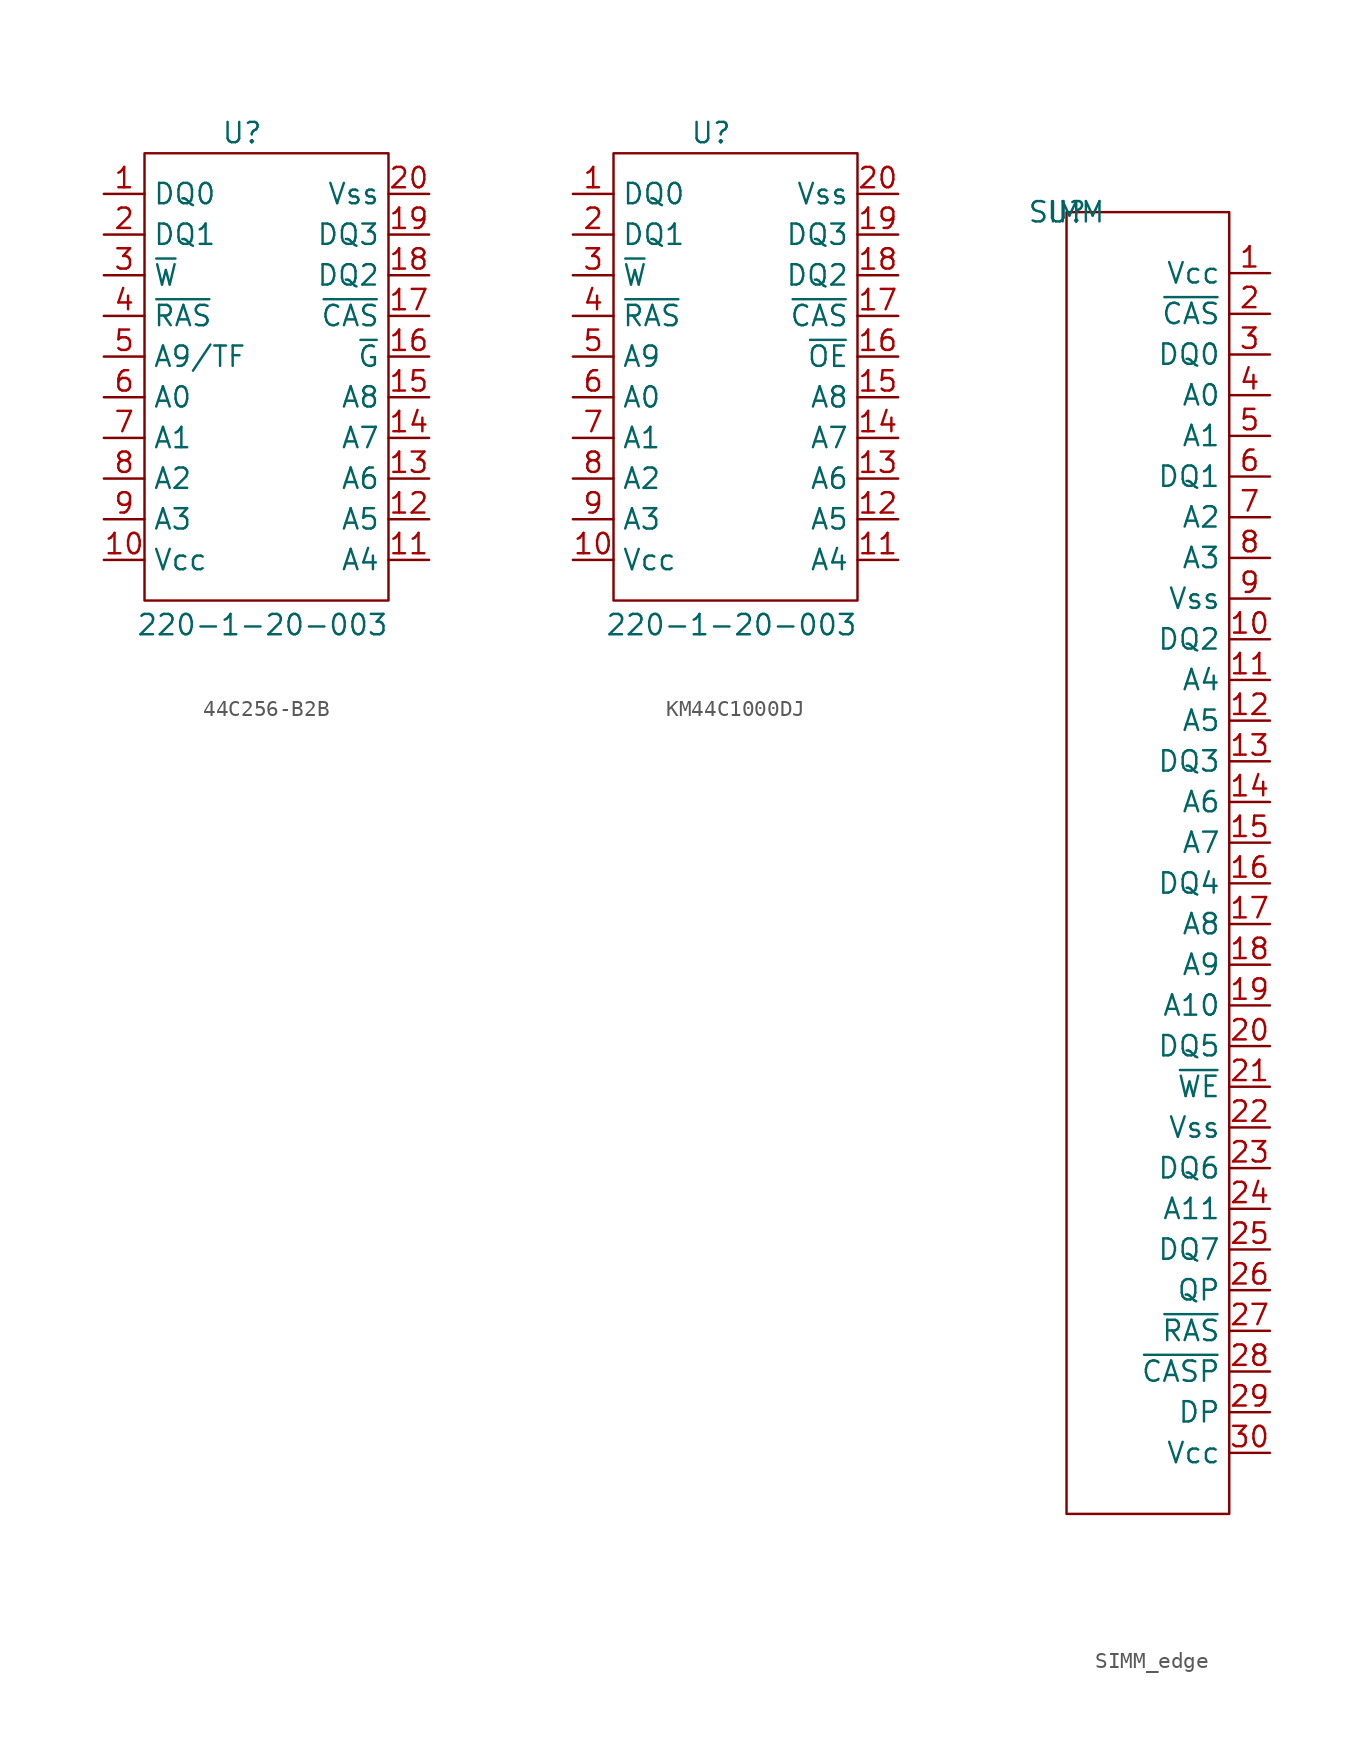
<source format=kicad_sym>
(kicad_symbol_lib
  (version 20231120)
  (generator "kicad_symbol_editor")
  (generator_version "8.0")
  (symbol "44C256-B2B"
    (property "Reference" "U"
      (at 6.096 1.27 0)
      (effects (font (size 1.27 1.27))))
    (property "Value" "220-1-20-003"
      (at 7.366 -29.464 0)
      (effects (font (size 1.27 1.27))))
    (symbol "44C256-B2B_0_1"
      (rectangle (start 0 0) (end 15.24 -27.94) (stroke (width 0) (type default)) (fill (type none))))
    (symbol "44C256-B2B_1_1"
      (pin tri_state line (at -2.54 -2.54 0) (length 2.54) (name "DQ0" (effects (font (size 1.27 1.27)))) (number "1" (effects (font (size 1.27 1.27)))))
      (pin power_in line (at -2.54 -25.4 0) (length 2.54) (name "Vcc" (effects (font (size 1.27 1.27)))) (number "10" (effects (font (size 1.27 1.27)))))
      (pin input line (at 17.78 -25.4 180) (length 2.54) (name "A4" (effects (font (size 1.27 1.27)))) (number "11" (effects (font (size 1.27 1.27)))))
      (pin input line (at 17.78 -22.86 180) (length 2.54) (name "A5" (effects (font (size 1.27 1.27)))) (number "12" (effects (font (size 1.27 1.27)))))
      (pin input line (at 17.78 -20.32 180) (length 2.54) (name "A6" (effects (font (size 1.27 1.27)))) (number "13" (effects (font (size 1.27 1.27)))))
      (pin input line (at 17.78 -17.78 180) (length 2.54) (name "A7" (effects (font (size 1.27 1.27)))) (number "14" (effects (font (size 1.27 1.27)))))
      (pin input line (at 17.78 -15.24 180) (length 2.54) (name "A8" (effects (font (size 1.27 1.27)))) (number "15" (effects (font (size 1.27 1.27)))))
      (pin input line (at 17.78 -12.7 180) (length 2.54) (name "~{G}" (effects (font (size 1.27 1.27)))) (number "16" (effects (font (size 1.27 1.27)))))
      (pin input line (at 17.78 -10.16 180) (length 2.54) (name "~{CAS}" (effects (font (size 1.27 1.27)))) (number "17" (effects (font (size 1.27 1.27)))))
      (pin tri_state line (at 17.78 -7.62 180) (length 2.54) (name "DQ2" (effects (font (size 1.27 1.27)))) (number "18" (effects (font (size 1.27 1.27)))))
      (pin tri_state line (at 17.78 -5.08 180) (length 2.54) (name "DQ3" (effects (font (size 1.27 1.27)))) (number "19" (effects (font (size 1.27 1.27)))))
      (pin tri_state line (at -2.54 -5.08 0) (length 2.54) (name "DQ1" (effects (font (size 1.27 1.27)))) (number "2" (effects (font (size 1.27 1.27)))))
      (pin power_in line (at 17.78 -2.54 180) (length 2.54) (name "Vss" (effects (font (size 1.27 1.27)))) (number "20" (effects (font (size 1.27 1.27)))))
      (pin input line (at -2.54 -7.62 0) (length 2.54) (name "~{W}" (effects (font (size 1.27 1.27)))) (number "3" (effects (font (size 1.27 1.27)))))
      (pin input line (at -2.54 -10.16 0) (length 2.54) (name "~{RAS}" (effects (font (size 1.27 1.27)))) (number "4" (effects (font (size 1.27 1.27)))))
      (pin input line (at -2.54 -12.7 0) (length 2.54) (name "A9/TF" (effects (font (size 1.27 1.27)))) (number "5" (effects (font (size 1.27 1.27)))))
      (pin input line (at -2.54 -15.24 0) (length 2.54) (name "A0" (effects (font (size 1.27 1.27)))) (number "6" (effects (font (size 1.27 1.27)))))
      (pin input line (at -2.54 -17.78 0) (length 2.54) (name "A1" (effects (font (size 1.27 1.27)))) (number "7" (effects (font (size 1.27 1.27)))))
      (pin input line (at -2.54 -20.32 0) (length 2.54) (name "A2" (effects (font (size 1.27 1.27)))) (number "8" (effects (font (size 1.27 1.27)))))
      (pin input line (at -2.54 -22.86 0) (length 2.54) (name "A3" (effects (font (size 1.27 1.27)))) (number "9" (effects (font (size 1.27 1.27)))))))
  (symbol "KM44C1000DJ"
    (property "Reference" "U"
      (at 6.096 1.27 0)
      (effects (font (size 1.27 1.27))))
    (property "Value" "220-1-20-003"
      (at 7.366 -29.464 0)
      (effects (font (size 1.27 1.27))))
    (symbol "KM44C1000DJ_0_1"
      (rectangle (start 0 0) (end 15.24 -27.94) (stroke (width 0) (type default)) (fill (type none))))
    (symbol "KM44C1000DJ_1_1"
      (pin tri_state line (at -2.54 -2.54 0) (length 2.54) (name "DQ0" (effects (font (size 1.27 1.27)))) (number "1" (effects (font (size 1.27 1.27)))))
      (pin power_in line (at -2.54 -25.4 0) (length 2.54) (name "Vcc" (effects (font (size 1.27 1.27)))) (number "10" (effects (font (size 1.27 1.27)))))
      (pin input line (at 17.78 -25.4 180) (length 2.54) (name "A4" (effects (font (size 1.27 1.27)))) (number "11" (effects (font (size 1.27 1.27)))))
      (pin input line (at 17.78 -22.86 180) (length 2.54) (name "A5" (effects (font (size 1.27 1.27)))) (number "12" (effects (font (size 1.27 1.27)))))
      (pin input line (at 17.78 -20.32 180) (length 2.54) (name "A6" (effects (font (size 1.27 1.27)))) (number "13" (effects (font (size 1.27 1.27)))))
      (pin input line (at 17.78 -17.78 180) (length 2.54) (name "A7" (effects (font (size 1.27 1.27)))) (number "14" (effects (font (size 1.27 1.27)))))
      (pin input line (at 17.78 -15.24 180) (length 2.54) (name "A8" (effects (font (size 1.27 1.27)))) (number "15" (effects (font (size 1.27 1.27)))))
      (pin input line (at 17.78 -12.7 180) (length 2.54) (name "~{OE}" (effects (font (size 1.27 1.27)))) (number "16" (effects (font (size 1.27 1.27)))))
      (pin input line (at 17.78 -10.16 180) (length 2.54) (name "~{CAS}" (effects (font (size 1.27 1.27)))) (number "17" (effects (font (size 1.27 1.27)))))
      (pin tri_state line (at 17.78 -7.62 180) (length 2.54) (name "DQ2" (effects (font (size 1.27 1.27)))) (number "18" (effects (font (size 1.27 1.27)))))
      (pin tri_state line (at 17.78 -5.08 180) (length 2.54) (name "DQ3" (effects (font (size 1.27 1.27)))) (number "19" (effects (font (size 1.27 1.27)))))
      (pin tri_state line (at -2.54 -5.08 0) (length 2.54) (name "DQ1" (effects (font (size 1.27 1.27)))) (number "2" (effects (font (size 1.27 1.27)))))
      (pin power_in line (at 17.78 -2.54 180) (length 2.54) (name "Vss" (effects (font (size 1.27 1.27)))) (number "20" (effects (font (size 1.27 1.27)))))
      (pin input line (at -2.54 -7.62 0) (length 2.54) (name "~{W}" (effects (font (size 1.27 1.27)))) (number "3" (effects (font (size 1.27 1.27)))))
      (pin input line (at -2.54 -10.16 0) (length 2.54) (name "~{RAS}" (effects (font (size 1.27 1.27)))) (number "4" (effects (font (size 1.27 1.27)))))
      (pin input line (at -2.54 -12.7 0) (length 2.54) (name "A9" (effects (font (size 1.27 1.27)))) (number "5" (effects (font (size 1.27 1.27)))))
      (pin input line (at -2.54 -15.24 0) (length 2.54) (name "A0" (effects (font (size 1.27 1.27)))) (number "6" (effects (font (size 1.27 1.27)))))
      (pin input line (at -2.54 -17.78 0) (length 2.54) (name "A1" (effects (font (size 1.27 1.27)))) (number "7" (effects (font (size 1.27 1.27)))))
      (pin input line (at -2.54 -20.32 0) (length 2.54) (name "A2" (effects (font (size 1.27 1.27)))) (number "8" (effects (font (size 1.27 1.27)))))
      (pin input line (at -2.54 -22.86 0) (length 2.54) (name "A3" (effects (font (size 1.27 1.27)))) (number "9" (effects (font (size 1.27 1.27)))))))
  (symbol "SIMM_edge"
    (property "Reference" "U"
      (at 0 0 0)
      (effects (font (size 1.27 1.27))))
    (property "Value" "SIMM"
      (at 0 0 0)
      (effects (font (size 1.27 1.27))))
    (symbol "SIMM_edge_0_1"
      (rectangle (start 0 0) (end 10.16 -81.28) (stroke (width 0) (type default)) (fill (type none))))
    (symbol "SIMM_edge_1_1"
      (pin power_in line (at 12.7 -3.81 180) (length 2.54) (name "Vcc" (effects (font (size 1.27 1.27)))) (number "1" (effects (font (size 1.27 1.27)))))
      (pin tri_state line (at 12.7 -26.67 180) (length 2.54) (name "DQ2" (effects (font (size 1.27 1.27)))) (number "10" (effects (font (size 1.27 1.27)))))
      (pin input line (at 12.7 -29.21 180) (length 2.54) (name "A4" (effects (font (size 1.27 1.27)))) (number "11" (effects (font (size 1.27 1.27)))))
      (pin input line (at 12.7 -31.75 180) (length 2.54) (name "A5" (effects (font (size 1.27 1.27)))) (number "12" (effects (font (size 1.27 1.27)))))
      (pin tri_state line (at 12.7 -34.29 180) (length 2.54) (name "DQ3" (effects (font (size 1.27 1.27)))) (number "13" (effects (font (size 1.27 1.27)))))
      (pin input line (at 12.7 -36.83 180) (length 2.54) (name "A6" (effects (font (size 1.27 1.27)))) (number "14" (effects (font (size 1.27 1.27)))))
      (pin input line (at 12.7 -39.37 180) (length 2.54) (name "A7" (effects (font (size 1.27 1.27)))) (number "15" (effects (font (size 1.27 1.27)))))
      (pin tri_state line (at 12.7 -41.91 180) (length 2.54) (name "DQ4" (effects (font (size 1.27 1.27)))) (number "16" (effects (font (size 1.27 1.27)))))
      (pin input line (at 12.7 -44.45 180) (length 2.54) (name "A8" (effects (font (size 1.27 1.27)))) (number "17" (effects (font (size 1.27 1.27)))))
      (pin input line (at 12.7 -46.99 180) (length 2.54) (name "A9" (effects (font (size 1.27 1.27)))) (number "18" (effects (font (size 1.27 1.27)))))
      (pin input line (at 12.7 -49.53 180) (length 2.54) (name "A10" (effects (font (size 1.27 1.27)))) (number "19" (effects (font (size 1.27 1.27)))))
      (pin input line (at 12.7 -6.35 180) (length 2.54) (name "~{CAS}" (effects (font (size 1.27 1.27)))) (number "2" (effects (font (size 1.27 1.27)))))
      (pin tri_state line (at 12.7 -52.07 180) (length 2.54) (name "DQ5" (effects (font (size 1.27 1.27)))) (number "20" (effects (font (size 1.27 1.27)))))
      (pin input line (at 12.7 -54.61 180) (length 2.54) (name "~{WE}" (effects (font (size 1.27 1.27)))) (number "21" (effects (font (size 1.27 1.27)))))
      (pin power_in line (at 12.7 -57.15 180) (length 2.54) (name "Vss" (effects (font (size 1.27 1.27)))) (number "22" (effects (font (size 1.27 1.27)))))
      (pin tri_state line (at 12.7 -59.69 180) (length 2.54) (name "DQ6" (effects (font (size 1.27 1.27)))) (number "23" (effects (font (size 1.27 1.27)))))
      (pin input line (at 12.7 -62.23 180) (length 2.54) (name "A11" (effects (font (size 1.27 1.27)))) (number "24" (effects (font (size 1.27 1.27)))))
      (pin tri_state line (at 12.7 -64.77 180) (length 2.54) (name "DQ7" (effects (font (size 1.27 1.27)))) (number "25" (effects (font (size 1.27 1.27)))))
      (pin tri_state line (at 12.7 -67.31 180) (length 2.54) (name "QP" (effects (font (size 1.27 1.27)))) (number "26" (effects (font (size 1.27 1.27)))))
      (pin input line (at 12.7 -69.85 180) (length 2.54) (name "~{RAS}" (effects (font (size 1.27 1.27)))) (number "27" (effects (font (size 1.27 1.27)))))
      (pin input line (at 12.7 -72.39 180) (length 2.54) (name "~{CASP}" (effects (font (size 1.27 1.27)))) (number "28" (effects (font (size 1.27 1.27)))))
      (pin input line (at 12.7 -74.93 180) (length 2.54) (name "DP" (effects (font (size 1.27 1.27)))) (number "29" (effects (font (size 1.27 1.27)))))
      (pin tri_state line (at 12.7 -8.89 180) (length 2.54) (name "DQ0" (effects (font (size 1.27 1.27)))) (number "3" (effects (font (size 1.27 1.27)))))
      (pin power_in line (at 12.7 -77.47 180) (length 2.54) (name "Vcc" (effects (font (size 1.27 1.27)))) (number "30" (effects (font (size 1.27 1.27)))))
      (pin input line (at 12.7 -11.43 180) (length 2.54) (name "A0" (effects (font (size 1.27 1.27)))) (number "4" (effects (font (size 1.27 1.27)))))
      (pin input line (at 12.7 -13.97 180) (length 2.54) (name "A1" (effects (font (size 1.27 1.27)))) (number "5" (effects (font (size 1.27 1.27)))))
      (pin tri_state line (at 12.7 -16.51 180) (length 2.54) (name "DQ1" (effects (font (size 1.27 1.27)))) (number "6" (effects (font (size 1.27 1.27)))))
      (pin input line (at 12.7 -19.05 180) (length 2.54) (name "A2" (effects (font (size 1.27 1.27)))) (number "7" (effects (font (size 1.27 1.27)))))
      (pin input line (at 12.7 -21.59 180) (length 2.54) (name "A3" (effects (font (size 1.27 1.27)))) (number "8" (effects (font (size 1.27 1.27)))))
      (pin power_in line (at 12.7 -24.13 180) (length 2.54) (name "Vss" (effects (font (size 1.27 1.27)))) (number "9" (effects (font (size 1.27 1.27))))))))
</source>
